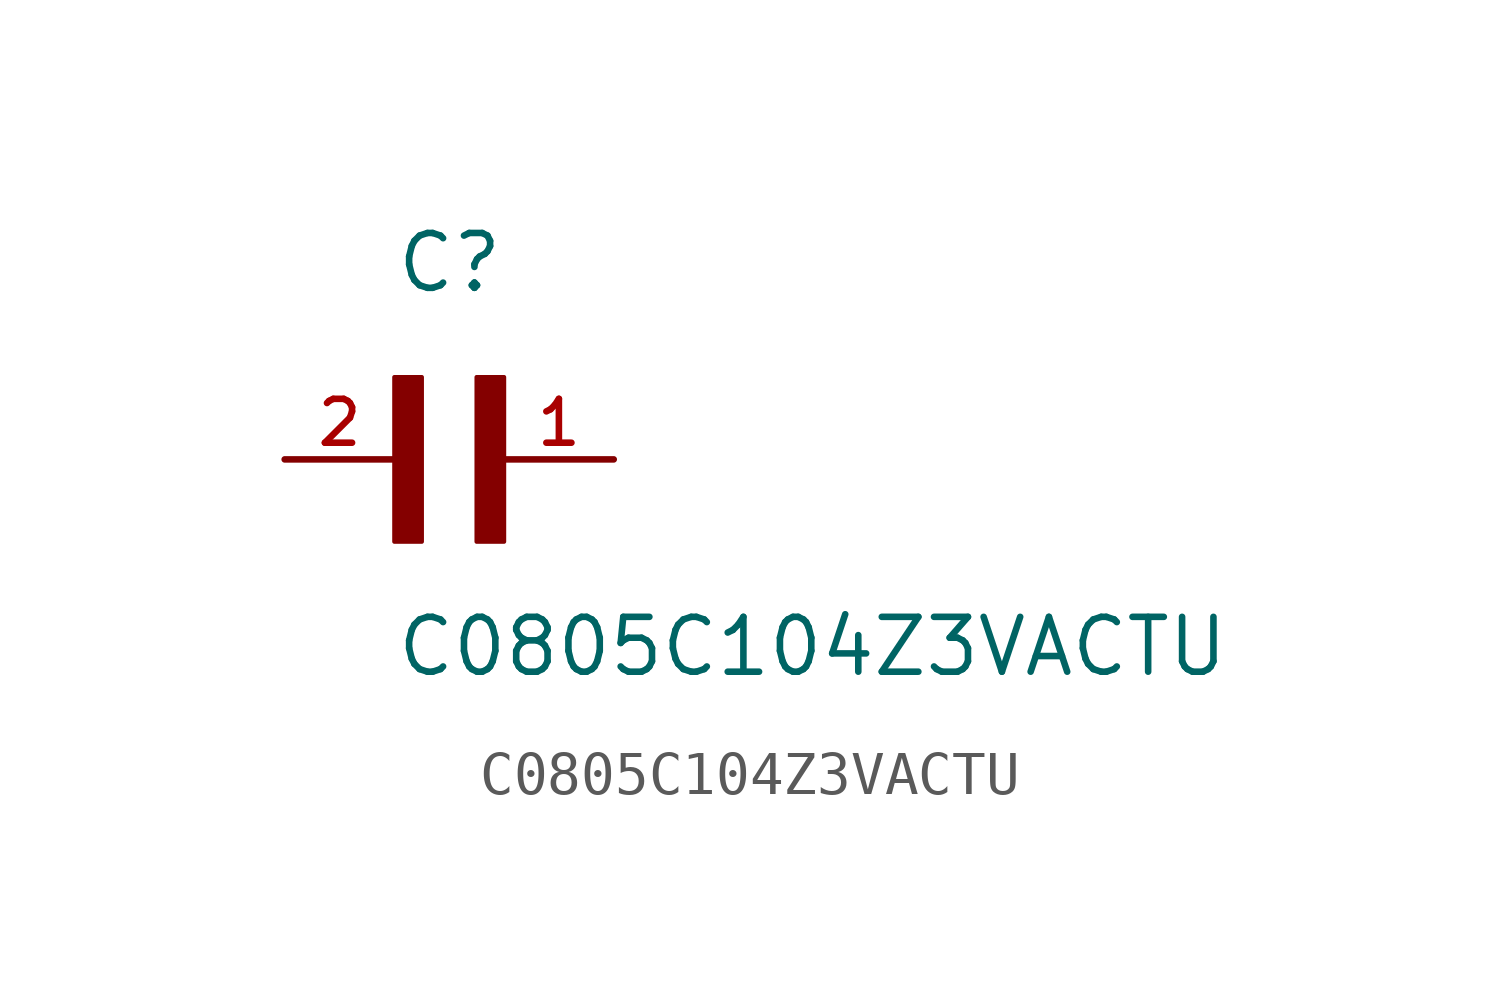
<source format=kicad_sym>
(kicad_symbol_lib
  (version 20211014)
  (generator kicad_symbol_editor)
  (symbol "C0805C104Z3VACTU"
    (pin_names
      (offset 1.016))
    (property "Reference" "C"
      (at 0.0 3.81 0)
      (effects (font (size 1.27 1.27)) (justify bottom left)))
    (property "Value" "C0805C104Z3VACTU"
      (at 0.0 -5.08 0)
      (effects (font (size 1.27 1.27)) (justify bottom left)))
    (symbol "C0805C104Z3VACTU_0_0"
      (rectangle (start 0.0 -1.905) (end 0.635 1.905) (stroke (width 0.1)) (fill (type outline)))
      (rectangle (start 1.905 -1.905) (end 2.54 1.905) (stroke (width 0.1)) (fill (type outline)))
      (pin passive line (at 5.08 0.0 180.0) (length 2.54) (name "~" (effects (font (size 1.016 1.016)))) (number "1" (effects (font (size 1.016 1.016)))))
      (pin passive line (at -2.54 0.0 0) (length 2.54) (name "~" (effects (font (size 1.016 1.016)))) (number "2" (effects (font (size 1.016 1.016))))))))
</source>
